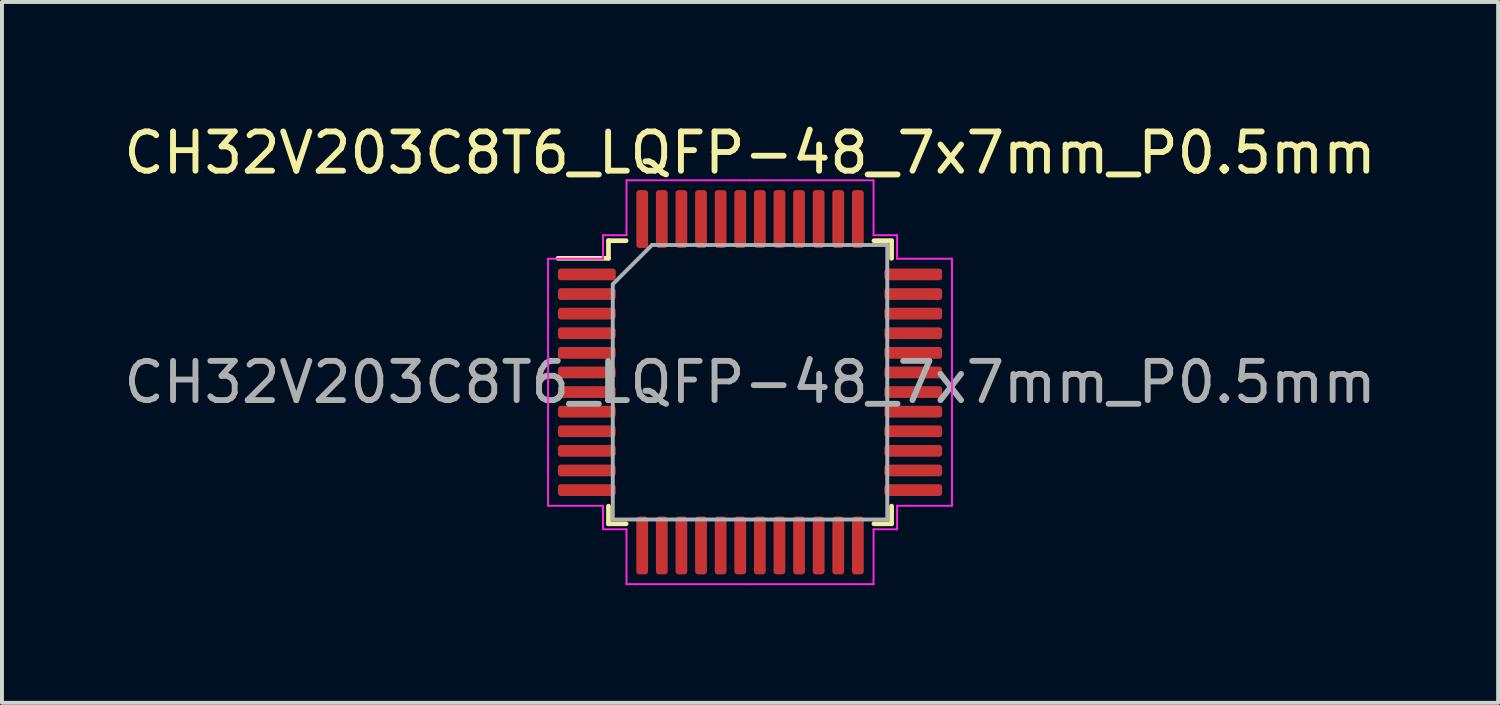
<source format=kicad_pcb>
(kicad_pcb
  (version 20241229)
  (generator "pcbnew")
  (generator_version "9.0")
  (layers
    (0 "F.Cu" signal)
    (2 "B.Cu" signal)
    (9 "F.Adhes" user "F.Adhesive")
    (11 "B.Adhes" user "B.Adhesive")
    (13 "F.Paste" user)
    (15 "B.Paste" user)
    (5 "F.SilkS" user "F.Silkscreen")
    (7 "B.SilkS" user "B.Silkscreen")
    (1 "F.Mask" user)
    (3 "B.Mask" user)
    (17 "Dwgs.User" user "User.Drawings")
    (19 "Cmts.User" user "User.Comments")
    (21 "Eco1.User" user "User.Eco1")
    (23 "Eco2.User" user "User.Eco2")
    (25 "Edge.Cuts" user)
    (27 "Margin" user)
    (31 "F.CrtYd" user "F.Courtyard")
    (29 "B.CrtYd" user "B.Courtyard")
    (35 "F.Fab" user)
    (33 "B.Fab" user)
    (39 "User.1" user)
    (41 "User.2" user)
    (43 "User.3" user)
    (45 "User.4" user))
  (footprint "CH32V203C8T6_LQFP-48_7x7mm_P0.5mm"
    (layer "F.Cu")
    (at 16.077 6.698)
    (property "Reference" "CH32V203C8T6_LQFP-48_7x7mm_P0.5mm" (at 0 -5.85 0) (layer "F.SilkS") (effects (font (size 1 1) (thickness 0.15))))
    (attr smd)
    (fp_line (start -3.61 -3.61) (end -3.61 -3.16) (stroke (width 0.12) (type solid)) (layer "F.SilkS"))
    (fp_line (start -3.61 -3.16) (end -4.9 -3.16) (stroke (width 0.12) (type solid)) (layer "F.SilkS"))
    (fp_line (start -3.61 3.61) (end -3.61 3.16) (stroke (width 0.12) (type solid)) (layer "F.SilkS"))
    (fp_line (start -3.16 -3.61) (end -3.61 -3.61) (stroke (width 0.12) (type solid)) (layer "F.SilkS"))
    (fp_line (start -3.16 3.61) (end -3.61 3.61) (stroke (width 0.12) (type solid)) (layer "F.SilkS"))
    (fp_line (start 3.16 -3.61) (end 3.61 -3.61) (stroke (width 0.12) (type solid)) (layer "F.SilkS"))
    (fp_line (start 3.16 3.61) (end 3.61 3.61) (stroke (width 0.12) (type solid)) (layer "F.SilkS"))
    (fp_line (start 3.61 -3.61) (end 3.61 -3.16) (stroke (width 0.12) (type solid)) (layer "F.SilkS"))
    (fp_line (start 3.61 3.61) (end 3.61 3.16) (stroke (width 0.12) (type solid)) (layer "F.SilkS"))
    (fp_line (start -5.15 -3.15) (end -5.15 0) (stroke (width 0.05) (type solid)) (layer "F.CrtYd"))
    (fp_line (start -5.15 3.15) (end -5.15 0) (stroke (width 0.05) (type solid)) (layer "F.CrtYd"))
    (fp_line (start -3.75 -3.75) (end -3.75 -3.15) (stroke (width 0.05) (type solid)) (layer "F.CrtYd"))
    (fp_line (start -3.75 -3.15) (end -5.15 -3.15) (stroke (width 0.05) (type solid)) (layer "F.CrtYd"))
    (fp_line (start -3.75 3.15) (end -5.15 3.15) (stroke (width 0.05) (type solid)) (layer "F.CrtYd"))
    (fp_line (start -3.75 3.75) (end -3.75 3.15) (stroke (width 0.05) (type solid)) (layer "F.CrtYd"))
    (fp_line (start -3.15 -5.15) (end -3.15 -3.75) (stroke (width 0.05) (type solid)) (layer "F.CrtYd"))
    (fp_line (start -3.15 -3.75) (end -3.75 -3.75) (stroke (width 0.05) (type solid)) (layer "F.CrtYd"))
    (fp_line (start -3.15 3.75) (end -3.75 3.75) (stroke (width 0.05) (type solid)) (layer "F.CrtYd"))
    (fp_line (start -3.15 5.15) (end -3.15 3.75) (stroke (width 0.05) (type solid)) (layer "F.CrtYd"))
    (fp_line (start 0 -5.15) (end -3.15 -5.15) (stroke (width 0.05) (type solid)) (layer "F.CrtYd"))
    (fp_line (start 0 -5.15) (end 3.15 -5.15) (stroke (width 0.05) (type solid)) (layer "F.CrtYd"))
    (fp_line (start 0 5.15) (end -3.15 5.15) (stroke (width 0.05) (type solid)) (layer "F.CrtYd"))
    (fp_line (start 0 5.15) (end 3.15 5.15) (stroke (width 0.05) (type solid)) (layer "F.CrtYd"))
    (fp_line (start 3.15 -5.15) (end 3.15 -3.75) (stroke (width 0.05) (type solid)) (layer "F.CrtYd"))
    (fp_line (start 3.15 -3.75) (end 3.75 -3.75) (stroke (width 0.05) (type solid)) (layer "F.CrtYd"))
    (fp_line (start 3.15 3.75) (end 3.75 3.75) (stroke (width 0.05) (type solid)) (layer "F.CrtYd"))
    (fp_line (start 3.15 5.15) (end 3.15 3.75) (stroke (width 0.05) (type solid)) (layer "F.CrtYd"))
    (fp_line (start 3.75 -3.75) (end 3.75 -3.15) (stroke (width 0.05) (type solid)) (layer "F.CrtYd"))
    (fp_line (start 3.75 -3.15) (end 5.15 -3.15) (stroke (width 0.05) (type solid)) (layer "F.CrtYd"))
    (fp_line (start 3.75 3.15) (end 5.15 3.15) (stroke (width 0.05) (type solid)) (layer "F.CrtYd"))
    (fp_line (start 3.75 3.75) (end 3.75 3.15) (stroke (width 0.05) (type solid)) (layer "F.CrtYd"))
    (fp_line (start 5.15 -3.15) (end 5.15 0) (stroke (width 0.05) (type solid)) (layer "F.CrtYd"))
    (fp_line (start 5.15 3.15) (end 5.15 0) (stroke (width 0.05) (type solid)) (layer "F.CrtYd"))
    (fp_line (start -3.5 -2.5) (end -2.5 -3.5) (stroke (width 0.1) (type solid)) (layer "F.Fab"))
    (fp_line (start -3.5 3.5) (end -3.5 -2.5) (stroke (width 0.1) (type solid)) (layer "F.Fab"))
    (fp_line (start -2.5 -3.5) (end 3.5 -3.5) (stroke (width 0.1) (type solid)) (layer "F.Fab"))
    (fp_line (start 3.5 -3.5) (end 3.5 3.5) (stroke (width 0.1) (type solid)) (layer "F.Fab"))
    (fp_line (start 3.5 3.5) (end -3.5 3.5) (stroke (width 0.1) (type solid)) (layer "F.Fab"))
    (fp_text user "${REFERENCE}" (at 0 0 0) (layer "F.Fab") (effects (font (size 1 1) (thickness 0.15))))
    (pad "1" smd roundrect (at -4.162 -2.75) (size 1.475 0.3) (layers "F.Cu" "F.Mask" "F.Paste") (roundrect_rratio 0.25))
    (pad "2" smd roundrect (at -4.162 -2.25) (size 1.475 0.3) (layers "F.Cu" "F.Mask" "F.Paste") (roundrect_rratio 0.25))
    (pad "3" smd roundrect (at -4.162 -1.75) (size 1.475 0.3) (layers "F.Cu" "F.Mask" "F.Paste") (roundrect_rratio 0.25))
    (pad "4" smd roundrect (at -4.162 -1.25) (size 1.475 0.3) (layers "F.Cu" "F.Mask" "F.Paste") (roundrect_rratio 0.25))
    (pad "5" smd roundrect (at -4.162 -0.75) (size 1.475 0.3) (layers "F.Cu" "F.Mask" "F.Paste") (roundrect_rratio 0.25))
    (pad "6" smd roundrect (at -4.162 -0.25) (size 1.475 0.3) (layers "F.Cu" "F.Mask" "F.Paste") (roundrect_rratio 0.25))
    (pad "7" smd roundrect (at -4.162 0.25) (size 1.475 0.3) (layers "F.Cu" "F.Mask" "F.Paste") (roundrect_rratio 0.25))
    (pad "8" smd roundrect (at -4.162 0.75) (size 1.475 0.3) (layers "F.Cu" "F.Mask" "F.Paste") (roundrect_rratio 0.25))
    (pad "9" smd roundrect (at -4.162 1.25) (size 1.475 0.3) (layers "F.Cu" "F.Mask" "F.Paste") (roundrect_rratio 0.25))
    (pad "10" smd roundrect (at -4.162 1.75) (size 1.475 0.3) (layers "F.Cu" "F.Mask" "F.Paste") (roundrect_rratio 0.25))
    (pad "11" smd roundrect (at -4.162 2.25) (size 1.475 0.3) (layers "F.Cu" "F.Mask" "F.Paste") (roundrect_rratio 0.25))
    (pad "12" smd roundrect (at -4.162 2.75) (size 1.475 0.3) (layers "F.Cu" "F.Mask" "F.Paste") (roundrect_rratio 0.25))
    (pad "13" smd roundrect (at -2.75 4.162) (size 0.3 1.475) (layers "F.Cu" "F.Mask" "F.Paste") (roundrect_rratio 0.25))
    (pad "14" smd roundrect (at -2.25 4.162) (size 0.3 1.475) (layers "F.Cu" "F.Mask" "F.Paste") (roundrect_rratio 0.25))
    (pad "15" smd roundrect (at -1.75 4.162) (size 0.3 1.475) (layers "F.Cu" "F.Mask" "F.Paste") (roundrect_rratio 0.25))
    (pad "16" smd roundrect (at -1.25 4.162) (size 0.3 1.475) (layers "F.Cu" "F.Mask" "F.Paste") (roundrect_rratio 0.25))
    (pad "17" smd roundrect (at -0.75 4.162) (size 0.3 1.475) (layers "F.Cu" "F.Mask" "F.Paste") (roundrect_rratio 0.25))
    (pad "18" smd roundrect (at -0.25 4.162) (size 0.3 1.475) (layers "F.Cu" "F.Mask" "F.Paste") (roundrect_rratio 0.25))
    (pad "19" smd roundrect (at 0.25 4.162) (size 0.3 1.475) (layers "F.Cu" "F.Mask" "F.Paste") (roundrect_rratio 0.25))
    (pad "20" smd roundrect (at 0.75 4.162) (size 0.3 1.475) (layers "F.Cu" "F.Mask" "F.Paste") (roundrect_rratio 0.25))
    (pad "21" smd roundrect (at 1.25 4.162) (size 0.3 1.475) (layers "F.Cu" "F.Mask" "F.Paste") (roundrect_rratio 0.25))
    (pad "22" smd roundrect (at 1.75 4.162) (size 0.3 1.475) (layers "F.Cu" "F.Mask" "F.Paste") (roundrect_rratio 0.25))
    (pad "23" smd roundrect (at 2.25 4.162) (size 0.3 1.475) (layers "F.Cu" "F.Mask" "F.Paste") (roundrect_rratio 0.25))
    (pad "24" smd roundrect (at 2.75 4.162) (size 0.3 1.475) (layers "F.Cu" "F.Mask" "F.Paste") (roundrect_rratio 0.25))
    (pad "25" smd roundrect (at 4.162 2.75) (size 1.475 0.3) (layers "F.Cu" "F.Mask" "F.Paste") (roundrect_rratio 0.25))
    (pad "26" smd roundrect (at 4.162 2.25) (size 1.475 0.3) (layers "F.Cu" "F.Mask" "F.Paste") (roundrect_rratio 0.25))
    (pad "27" smd roundrect (at 4.162 1.75) (size 1.475 0.3) (layers "F.Cu" "F.Mask" "F.Paste") (roundrect_rratio 0.25))
    (pad "28" smd roundrect (at 4.162 1.25) (size 1.475 0.3) (layers "F.Cu" "F.Mask" "F.Paste") (roundrect_rratio 0.25))
    (pad "29" smd roundrect (at 4.162 0.75) (size 1.475 0.3) (layers "F.Cu" "F.Mask" "F.Paste") (roundrect_rratio 0.25))
    (pad "30" smd roundrect (at 4.162 0.25) (size 1.475 0.3) (layers "F.Cu" "F.Mask" "F.Paste") (roundrect_rratio 0.25))
    (pad "31" smd roundrect (at 4.162 -0.25) (size 1.475 0.3) (layers "F.Cu" "F.Mask" "F.Paste") (roundrect_rratio 0.25))
    (pad "32" smd roundrect (at 4.162 -0.75) (size 1.475 0.3) (layers "F.Cu" "F.Mask" "F.Paste") (roundrect_rratio 0.25))
    (pad "33" smd roundrect (at 4.162 -1.25) (size 1.475 0.3) (layers "F.Cu" "F.Mask" "F.Paste") (roundrect_rratio 0.25))
    (pad "34" smd roundrect (at 4.162 -1.75) (size 1.475 0.3) (layers "F.Cu" "F.Mask" "F.Paste") (roundrect_rratio 0.25))
    (pad "35" smd roundrect (at 4.162 -2.25) (size 1.475 0.3) (layers "F.Cu" "F.Mask" "F.Paste") (roundrect_rratio 0.25))
    (pad "36" smd roundrect (at 4.162 -2.75) (size 1.475 0.3) (layers "F.Cu" "F.Mask" "F.Paste") (roundrect_rratio 0.25))
    (pad "37" smd roundrect (at 2.75 -4.162) (size 0.3 1.475) (layers "F.Cu" "F.Mask" "F.Paste") (roundrect_rratio 0.25))
    (pad "38" smd roundrect (at 2.25 -4.162) (size 0.3 1.475) (layers "F.Cu" "F.Mask" "F.Paste") (roundrect_rratio 0.25))
    (pad "39" smd roundrect (at 1.75 -4.162) (size 0.3 1.475) (layers "F.Cu" "F.Mask" "F.Paste") (roundrect_rratio 0.25))
    (pad "40" smd roundrect (at 1.25 -4.162) (size 0.3 1.475) (layers "F.Cu" "F.Mask" "F.Paste") (roundrect_rratio 0.25))
    (pad "41" smd roundrect (at 0.75 -4.162) (size 0.3 1.475) (layers "F.Cu" "F.Mask" "F.Paste") (roundrect_rratio 0.25))
    (pad "42" smd roundrect (at 0.25 -4.162) (size 0.3 1.475) (layers "F.Cu" "F.Mask" "F.Paste") (roundrect_rratio 0.25))
    (pad "43" smd roundrect (at -0.25 -4.162) (size 0.3 1.475) (layers "F.Cu" "F.Mask" "F.Paste") (roundrect_rratio 0.25))
    (pad "44" smd roundrect (at -0.75 -4.162) (size 0.3 1.475) (layers "F.Cu" "F.Mask" "F.Paste") (roundrect_rratio 0.25))
    (pad "45" smd roundrect (at -1.25 -4.162) (size 0.3 1.475) (layers "F.Cu" "F.Mask" "F.Paste") (roundrect_rratio 0.25))
    (pad "46" smd roundrect (at -1.75 -4.162) (size 0.3 1.475) (layers "F.Cu" "F.Mask" "F.Paste") (roundrect_rratio 0.25))
    (pad "47" smd roundrect (at -2.25 -4.162) (size 0.3 1.475) (layers "F.Cu" "F.Mask" "F.Paste") (roundrect_rratio 0.25))
    (pad "48" smd roundrect (at -2.75 -4.162) (size 0.3 1.475) (layers "F.Cu" "F.Mask" "F.Paste") (roundrect_rratio 0.25)))
  (gr_rect
    (start -3 -3)
    (end 35.155 14.873)
    (stroke (width 0.1) (type default))
    (fill no)
    (layer "Edge.Cuts")))
</source>
